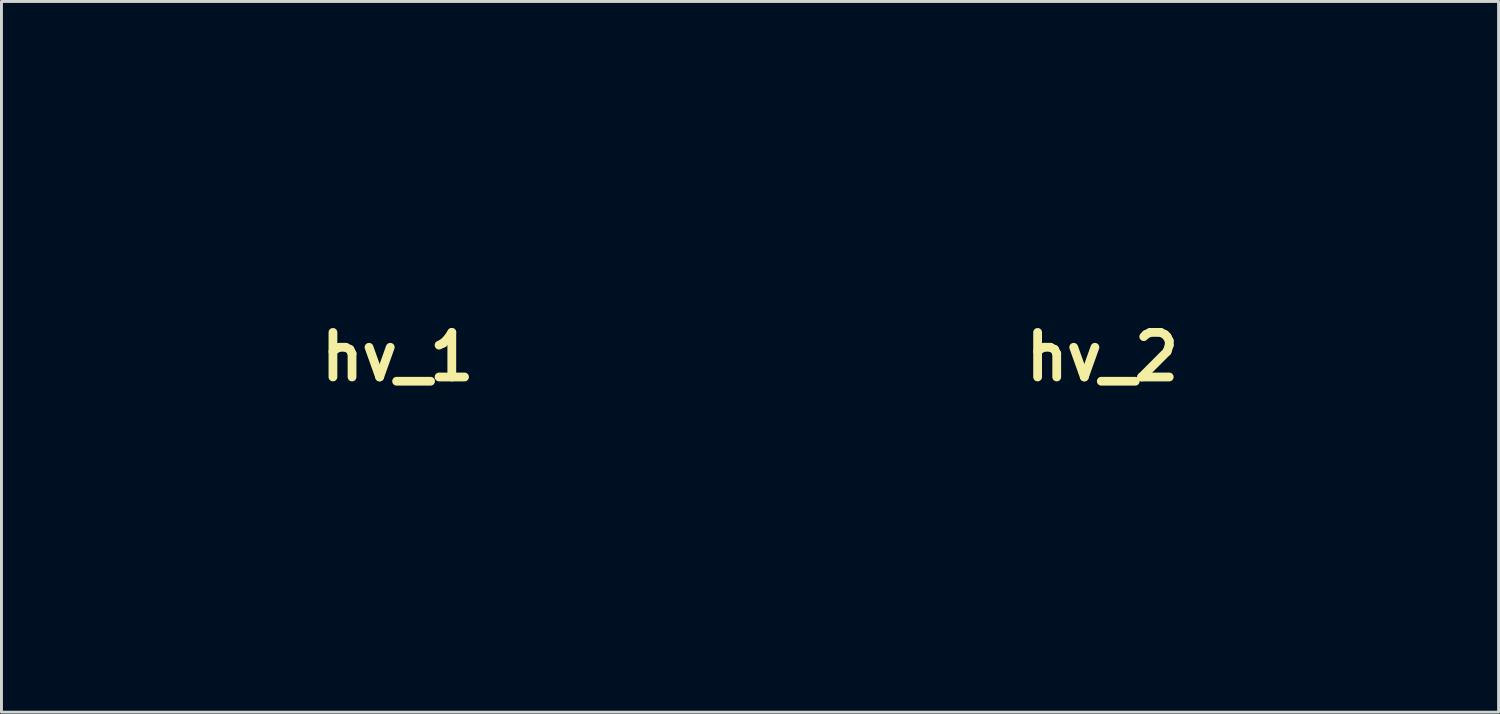
<source format=kicad_pcb>
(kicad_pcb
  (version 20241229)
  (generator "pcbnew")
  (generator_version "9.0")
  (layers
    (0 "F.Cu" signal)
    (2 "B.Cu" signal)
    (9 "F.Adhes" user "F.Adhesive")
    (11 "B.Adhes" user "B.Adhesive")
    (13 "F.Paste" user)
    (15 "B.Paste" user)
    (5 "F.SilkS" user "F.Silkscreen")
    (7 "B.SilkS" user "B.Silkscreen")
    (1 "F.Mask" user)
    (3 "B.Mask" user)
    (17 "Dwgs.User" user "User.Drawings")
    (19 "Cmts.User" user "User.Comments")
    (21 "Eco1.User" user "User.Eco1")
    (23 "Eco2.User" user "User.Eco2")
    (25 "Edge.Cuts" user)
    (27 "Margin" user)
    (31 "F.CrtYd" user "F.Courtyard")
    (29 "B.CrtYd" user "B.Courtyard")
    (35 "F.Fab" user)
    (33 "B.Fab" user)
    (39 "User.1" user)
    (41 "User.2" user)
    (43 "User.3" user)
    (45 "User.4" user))
  (footprint "hv_1"
    (layer "F.Cu")
    (at 10.546 9.149)
    (property "Reference" "hv_1" (at 0 0 0) (layer "F.SilkS") (effects (font (size 1.524 1.524) (thickness 0.3))))
    (attr through_hole)
    (fp_poly (pts (xy -10.5 8.721) (xy -10.436 8.851) (xy -10.336 8.969) (xy -10.213 9.061) (xy -10.118 9.103) (xy -9.995 9.14) (xy -10.268 9.142) (xy -10.541 9.144) (xy -10.537 8.598) (xy -10.5 8.721)) (stroke (width 0.01) (type solid)) (fill yes) (layer "F.Mask"))
    (fp_poly (pts (xy 10.539 8.871) (xy 10.541 9.144) (xy 10.268 9.142) (xy 9.995 9.14) (xy 10.118 9.103) (xy 10.248 9.039) (xy 10.351 8.954) (xy 10.45 8.829) (xy 10.5 8.721) (xy 10.537 8.598) (xy 10.539 8.871)) (stroke (width 0.01) (type solid)) (fill yes) (layer "F.Mask"))
    (fp_poly (pts (xy -5.315 -9.142) (xy -4.805 -9.142) (xy -4.308 -9.141) (xy -3.829 -9.14) (xy -3.368 -9.14) (xy -2.929 -9.139) (xy -2.513 -9.138) (xy -2.122 -9.136) (xy -1.76 -9.135) (xy -1.429 -9.134) (xy -1.131 -9.132) (xy -0.867 -9.131) (xy -0.641 -9.129) (xy -0.455 -9.127) (xy -0.312 -9.125) (xy -0.213 -9.123) (xy -0.16 -9.122) (xy -0.153 -9.12) (xy -0.319 -9.044) (xy -0.447 -8.937) (xy -0.466 -8.909) (xy -0.509 -8.838) (xy -0.575 -8.728) (xy -0.664 -8.579) (xy -0.773 -8.393) (xy -0.903 -8.173) (xy -1.053 -7.92) (xy -1.22 -7.635) (xy -1.404 -7.321) (xy -1.604 -6.98) (xy -1.818 -6.613) (xy -2.047 -6.222) (xy -2.288 -5.809) (xy -2.541 -5.376) (xy -2.805 -4.925) (xy -3.078 -4.457) (xy -3.36 -3.974) (xy -3.649 -3.478) (xy -3.944 -2.971) (xy -4.245 -2.455) (xy -4.55 -1.932) (xy -4.858 -1.403) (xy -5.169 -0.87) (xy -5.48 -0.335) (xy -5.791 0.2) (xy -6.102 0.734) (xy -6.41 1.264) (xy -6.715 1.788) (xy -7.015 2.306) (xy -7.311 2.814) (xy -7.6 3.312) (xy -7.881 3.797) (xy -8.155 4.268) (xy -8.418 4.722) (xy -8.671 5.159) (xy -8.912 5.575) (xy -9.141 5.97) (xy -9.356 6.341) (xy -9.555 6.687) (xy -9.739 7.005) (xy -9.906 7.295) (xy -10.055 7.554) (xy -10.185 7.78) (xy -10.295 7.971) (xy -10.383 8.127) (xy -10.449 8.244) (xy -10.492 8.321) (xy -10.511 8.356) (xy -10.511 8.358) (xy -10.514 8.342) (xy -10.516 8.275) (xy -10.519 8.157) (xy -10.521 7.989) (xy -10.523 7.77) (xy -10.525 7.501) (xy -10.527 7.181) (xy -10.529 6.81) (xy -10.53 6.389) (xy -10.532 5.918) (xy -10.533 5.396) (xy -10.534 4.824) (xy -10.535 4.201) (xy -10.536 3.529) (xy -10.537 2.806) (xy -10.538 2.033) (xy -10.538 1.209) (xy -10.538 0.336) (xy -10.539 -0.349) (xy -10.541 -9.144) (xy -5.315 -9.142)) (stroke (width 0.01) (type solid)) (fill yes) (layer "F.Mask"))
    (fp_poly (pts (xy 10.541 -0.356) (xy 10.541 0.309) (xy 10.541 0.961) (xy 10.541 1.598) (xy 10.541 2.218) (xy 10.54 2.82) (xy 10.54 3.401) (xy 10.54 3.96) (xy 10.539 4.495) (xy 10.539 5.004) (xy 10.539 5.485) (xy 10.538 5.936) (xy 10.538 6.356) (xy 10.537 6.743) (xy 10.537 7.095) (xy 10.536 7.41) (xy 10.535 7.687) (xy 10.535 7.922) (xy 10.534 8.116) (xy 10.533 8.265) (xy 10.533 8.368) (xy 10.532 8.423) (xy 10.531 8.433) (xy 10.52 8.411) (xy 10.507 8.358) (xy 10.507 8.356) (xy 10.493 8.328) (xy 10.454 8.258) (xy 10.392 8.148) (xy 10.308 7.999) (xy 10.202 7.814) (xy 10.076 7.594) (xy 9.931 7.341) (xy 9.767 7.057) (xy 9.586 6.744) (xy 9.39 6.403) (xy 9.178 6.036) (xy 8.952 5.646) (xy 8.713 5.234) (xy 8.463 4.801) (xy 8.201 4.35) (xy 7.93 3.883) (xy 7.65 3.4) (xy 7.363 2.905) (xy 7.069 2.399) (xy 6.769 1.883) (xy 6.466 1.36) (xy 6.158 0.832) (xy 5.849 0.299) (xy 5.538 -0.236) (xy 5.227 -0.77) (xy 4.916 -1.303) (xy 4.608 -1.833) (xy 4.303 -2.357) (xy 4.001 -2.875) (xy 3.705 -3.383) (xy 3.415 -3.881) (xy 3.132 -4.366) (xy 2.857 -4.836) (xy 2.592 -5.291) (xy 2.337 -5.727) (xy 2.094 -6.144) (xy 1.863 -6.539) (xy 1.645 -6.911) (xy 1.442 -7.257) (xy 1.255 -7.576) (xy 1.085 -7.866) (xy 0.932 -8.126) (xy 0.798 -8.352) (xy 0.684 -8.545) (xy 0.591 -8.701) (xy 0.52 -8.819) (xy 0.473 -8.898) (xy 0.449 -8.934) (xy 0.447 -8.937) (xy 0.306 -9.052) (xy 0.153 -9.12) (xy 0.171 -9.122) (xy 0.238 -9.124) (xy 0.352 -9.126) (xy 0.509 -9.128) (xy 0.708 -9.129) (xy 0.945 -9.131) (xy 1.22 -9.133) (xy 1.529 -9.134) (xy 1.87 -9.135) (xy 2.241 -9.137) (xy 2.639 -9.138) (xy 3.063 -9.139) (xy 3.509 -9.14) (xy 3.976 -9.141) (xy 4.461 -9.141) (xy 4.962 -9.142) (xy 5.315 -9.142) (xy 10.541 -9.144) (xy 10.541 -0.356)) (stroke (width 0.01) (type solid)) (fill yes) (layer "F.Mask"))
    (fp_poly (pts (xy 0.014 -7.141) (xy 0.051 -7.077) (xy 0.112 -6.974) (xy 0.194 -6.833) (xy 0.296 -6.656) (xy 0.418 -6.445) (xy 0.557 -6.204) (xy 0.713 -5.933) (xy 0.884 -5.635) (xy 1.07 -5.312) (xy 1.268 -4.966) (xy 1.479 -4.599) (xy 1.7 -4.214) (xy 1.93 -3.812) (xy 2.168 -3.396) (xy 2.414 -2.967) (xy 2.451 -2.902) (xy 2.73 -2.414) (xy 3.022 -1.905) (xy 3.323 -1.379) (xy 3.631 -0.84) (xy 3.944 -0.294) (xy 4.257 0.254) (xy 4.57 0.801) (xy 4.879 1.34) (xy 5.181 1.868) (xy 5.474 2.379) (xy 5.754 2.869) (xy 6.02 3.333) (xy 6.268 3.767) (xy 6.495 4.164) (xy 6.66 4.451) (xy 8.43 7.544) (xy -0.002 7.544) (xy -0.653 7.544) (xy -1.291 7.544) (xy -1.914 7.544) (xy -2.52 7.543) (xy -3.107 7.543) (xy -3.674 7.543) (xy -4.219 7.543) (xy -4.738 7.542) (xy -5.232 7.542) (xy -5.698 7.542) (xy -6.133 7.541) (xy -6.537 7.541) (xy -6.907 7.541) (xy -7.242 7.54) (xy -7.539 7.54) (xy -7.797 7.539) (xy -8.014 7.539) (xy -8.188 7.538) (xy -8.317 7.537) (xy -8.399 7.537) (xy -8.432 7.536) (xy -8.433 7.536) (xy -8.42 7.514) (xy -8.384 7.45) (xy -8.326 7.347) (xy -8.246 7.208) (xy -8.148 7.035) (xy -8.031 6.831) (xy -7.898 6.598) (xy -7.75 6.339) (xy -7.589 6.058) (xy -7.416 5.755) (xy -7.232 5.434) (xy -7.039 5.098) (xy -6.839 4.748) (xy -6.781 4.647) (xy -6.591 4.315) (xy -6.378 3.943) (xy -6.144 3.536) (xy -5.893 3.098) (xy -5.854 3.029) (xy -1.693 3.029) (xy -1.693 3.048) (xy -1.69 3.048) (xy -1.664 3.039) (xy -1.596 3.012) (xy -1.489 2.97) (xy -1.348 2.915) (xy -1.178 2.847) (xy -0.984 2.769) (xy -0.768 2.683) (xy -0.537 2.589) (xy -0.441 2.551) (xy -0.205 2.456) (xy 0.017 2.367) (xy 0.22 2.286) (xy 0.4 2.215) (xy 0.551 2.156) (xy 0.671 2.11) (xy 0.754 2.078) (xy 0.797 2.063) (xy 0.801 2.063) (xy 0.796 2.087) (xy 0.777 2.156) (xy 0.748 2.263) (xy 0.709 2.404) (xy 0.662 2.573) (xy 0.607 2.766) (xy 0.548 2.976) (xy 0.484 3.2) (xy 0.418 3.432) (xy 0.351 3.667) (xy 0.284 3.9) (xy 0.219 4.125) (xy 0.158 4.339) (xy 0.101 4.534) (xy 0.05 4.708) (xy 0.007 4.853) (xy 0.002 4.87) (xy -0.053 5.055) (xy -0.295 5.055) (xy -0.405 5.057) (xy -0.484 5.063) (xy -0.525 5.073) (xy -0.529 5.079) (xy -0.519 5.107) (xy -0.494 5.179) (xy -0.457 5.287) (xy -0.408 5.426) (xy -0.351 5.592) (xy -0.286 5.778) (xy -0.216 5.979) (xy -0.216 5.98) (xy -0.146 6.18) (xy -0.081 6.364) (xy -0.023 6.526) (xy 0.026 6.662) (xy 0.064 6.766) (xy 0.09 6.833) (xy 0.102 6.857) (xy 0.102 6.857) (xy 0.118 6.837) (xy 0.16 6.779) (xy 0.223 6.687) (xy 0.306 6.567) (xy 0.405 6.422) (xy 0.516 6.257) (xy 0.638 6.077) (xy 0.686 6.006) (xy 0.81 5.82) (xy 0.926 5.646) (xy 1.03 5.491) (xy 1.118 5.357) (xy 1.189 5.25) (xy 1.238 5.174) (xy 1.263 5.134) (xy 1.266 5.13) (xy 1.246 5.118) (xy 1.184 5.11) (xy 1.087 5.106) (xy 1.042 5.105) (xy 0.932 5.105) (xy 0.865 5.101) (xy 0.83 5.092) (xy 0.82 5.077) (xy 0.822 5.061) (xy 0.83 5.03) (xy 0.851 4.954) (xy 0.883 4.836) (xy 0.925 4.679) (xy 0.977 4.487) (xy 1.037 4.263) (xy 1.105 4.011) (xy 1.18 3.734) (xy 1.26 3.436) (xy 1.345 3.12) (xy 1.434 2.789) (xy 1.46 2.692) (xy 1.55 2.359) (xy 1.636 2.039) (xy 1.717 1.736) (xy 1.793 1.453) (xy 1.863 1.195) (xy 1.925 0.965) (xy 1.979 0.765) (xy 2.024 0.599) (xy 2.059 0.472) (xy 2.082 0.385) (xy 2.094 0.343) (xy 2.095 0.34) (xy 2.074 0.343) (xy 2.01 0.365) (xy 1.907 0.402) (xy 1.771 0.453) (xy 1.604 0.516) (xy 1.412 0.591) (xy 1.198 0.675) (xy 0.967 0.767) (xy 0.844 0.815) (xy 0.605 0.911) (xy 0.38 1) (xy 0.174 1.081) (xy -0.008 1.153) (xy -0.164 1.213) (xy -0.287 1.259) (xy -0.374 1.292) (xy -0.421 1.307) (xy -0.427 1.308) (xy -0.419 1.284) (xy -0.392 1.216) (xy -0.347 1.109) (xy -0.286 0.965) (xy -0.21 0.789) (xy -0.121 0.583) (xy -0.02 0.35) (xy 0.091 0.095) (xy 0.211 -0.179) (xy 0.338 -0.47) (xy 0.441 -0.705) (xy 0.573 -1.006) (xy 0.699 -1.294) (xy 0.818 -1.565) (xy 0.928 -1.816) (xy 1.027 -2.043) (xy 1.115 -2.244) (xy 1.188 -2.414) (xy 1.247 -2.551) (xy 1.29 -2.65) (xy 1.315 -2.709) (xy 1.321 -2.725) (xy 1.296 -2.73) (xy 1.228 -2.734) (xy 1.122 -2.738) (xy 0.984 -2.741) (xy 0.822 -2.743) (xy 0.642 -2.743) (xy 0.637 -2.743) (xy -0.047 -2.743) (xy -0.086 -2.61) (xy -0.098 -2.568) (xy -0.123 -2.481) (xy -0.16 -2.351) (xy -0.208 -2.182) (xy -0.266 -1.978) (xy -0.333 -1.741) (xy -0.409 -1.475) (xy -0.491 -1.183) (xy -0.581 -0.869) (xy -0.675 -0.535) (xy -0.774 -0.185) (xy -0.877 0.177) (xy -0.903 0.266) (xy -1.006 0.629) (xy -1.105 0.977) (xy -1.199 1.309) (xy -1.288 1.621) (xy -1.37 1.91) (xy -1.445 2.172) (xy -1.512 2.406) (xy -1.57 2.607) (xy -1.618 2.773) (xy -1.654 2.9) (xy -1.679 2.985) (xy -1.692 3.026) (xy -1.693 3.029) (xy -5.854 3.029) (xy -5.626 2.632) (xy -5.347 2.144) (xy -5.057 1.638) (xy -4.759 1.118) (xy -4.455 0.589) (xy -4.148 0.054) (xy -3.841 -0.482) (xy -3.536 -1.015) (xy -3.235 -1.54) (xy -2.941 -2.054) (xy -2.656 -2.551) (xy -2.571 -2.699) (xy -2.319 -3.139) (xy -2.073 -3.567) (xy -1.835 -3.982) (xy -1.606 -4.38) (xy -1.388 -4.76) (xy -1.181 -5.12) (xy -0.987 -5.458) (xy -0.806 -5.772) (xy -0.641 -6.059) (xy -0.492 -6.318) (xy -0.36 -6.546) (xy -0.247 -6.742) (xy -0.153 -6.903) (xy -0.081 -7.027) (xy -0.031 -7.112) (xy -0.004 -7.156) (xy 0 -7.163) (xy 0.014 -7.141)) (stroke (width 0.01) (type solid)) (fill yes) (layer "F.Mask")))
  (footprint "hv_2"
    (layer "F.Cu")
    (at 34.638 9.149)
    (property "Reference" "hv_2" (at 0 0 0) (layer "F.SilkS") (effects (font (size 1.524 1.524) (thickness 0.3))))
    (attr through_hole)
    (fp_poly (pts (xy 10.541 9.144) (xy -10.541 9.144) (xy -10.541 -9.144) (xy 10.541 -9.144) (xy 10.541 9.144)) (stroke (width 0.01) (type solid)) (fill yes) (layer "F.Mask")))
  (gr_rect
    (start -3 -3)
    (end 48.184 21.298)
    (stroke (width 0.1) (type default))
    (fill no)
    (layer "Edge.Cuts")))
</source>
